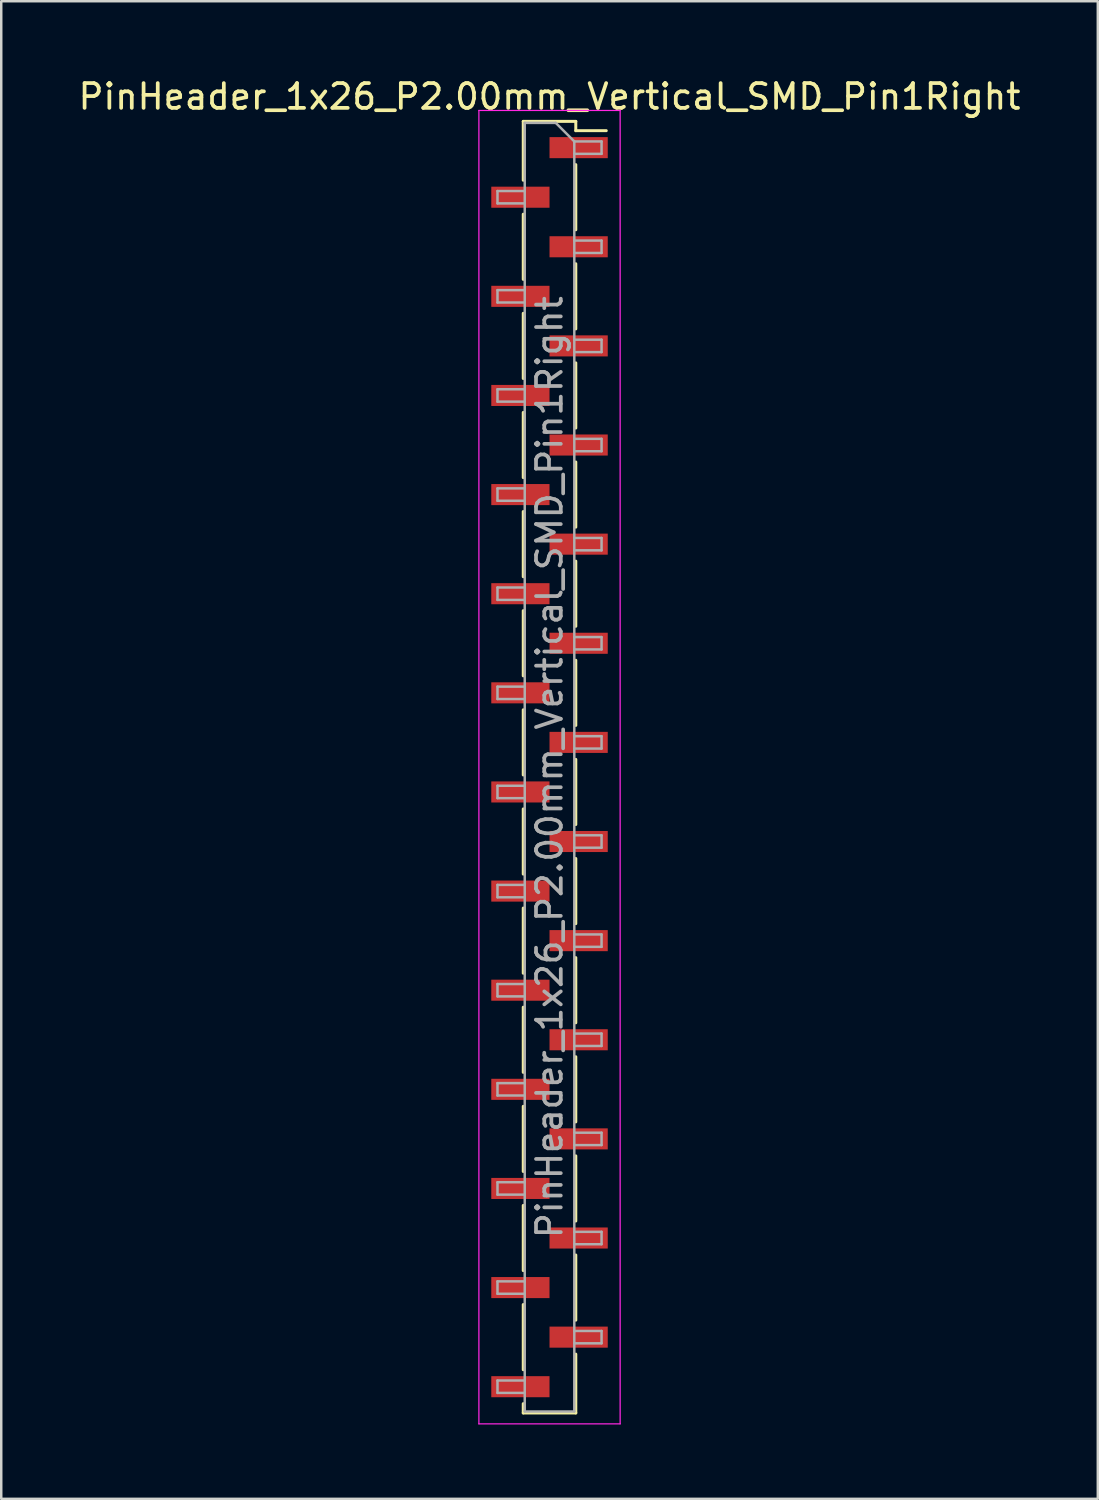
<source format=kicad_pcb>
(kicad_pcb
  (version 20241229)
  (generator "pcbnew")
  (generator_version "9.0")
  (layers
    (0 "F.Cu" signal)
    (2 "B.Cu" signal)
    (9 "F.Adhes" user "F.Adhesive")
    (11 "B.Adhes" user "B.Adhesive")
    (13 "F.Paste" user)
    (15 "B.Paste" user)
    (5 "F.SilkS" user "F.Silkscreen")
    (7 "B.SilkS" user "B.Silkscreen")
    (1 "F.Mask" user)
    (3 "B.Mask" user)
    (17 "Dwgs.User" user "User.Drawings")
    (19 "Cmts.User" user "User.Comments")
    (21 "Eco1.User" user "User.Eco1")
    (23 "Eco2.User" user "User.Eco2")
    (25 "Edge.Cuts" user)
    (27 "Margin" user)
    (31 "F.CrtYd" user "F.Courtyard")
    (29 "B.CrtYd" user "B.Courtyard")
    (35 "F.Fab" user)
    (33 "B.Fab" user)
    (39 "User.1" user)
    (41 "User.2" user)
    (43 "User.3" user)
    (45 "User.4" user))
  (footprint "PinHeader_1x26_P2.00mm_Vertical_SMD_Pin1Right"
    (layer "F.Cu")
    (at 19.125 27.908)
    (property "Reference" "PinHeader_1x26_P2.00mm_Vertical_SMD_Pin1Right" (at 0 -27.06 0) (layer "F.SilkS") (effects (font (size 1 1) (thickness 0.15))))
    (attr smd)
    (fp_line (start -1.06 -26.06) (end -1.06 -23.685) (stroke (width 0.12) (type solid)) (layer "F.SilkS"))
    (fp_line (start -1.06 -26.06) (end 1.06 -26.06) (stroke (width 0.12) (type solid)) (layer "F.SilkS"))
    (fp_line (start -1.06 -22.315) (end -1.06 -19.685) (stroke (width 0.12) (type solid)) (layer "F.SilkS"))
    (fp_line (start -1.06 -18.315) (end -1.06 -15.685) (stroke (width 0.12) (type solid)) (layer "F.SilkS"))
    (fp_line (start -1.06 -14.315) (end -1.06 -11.685) (stroke (width 0.12) (type solid)) (layer "F.SilkS"))
    (fp_line (start -1.06 -10.315) (end -1.06 -7.685) (stroke (width 0.12) (type solid)) (layer "F.SilkS"))
    (fp_line (start -1.06 -6.315) (end -1.06 -3.685) (stroke (width 0.12) (type solid)) (layer "F.SilkS"))
    (fp_line (start -1.06 -2.315) (end -1.06 0.315) (stroke (width 0.12) (type solid)) (layer "F.SilkS"))
    (fp_line (start -1.06 1.685) (end -1.06 4.315) (stroke (width 0.12) (type solid)) (layer "F.SilkS"))
    (fp_line (start -1.06 5.685) (end -1.06 8.315) (stroke (width 0.12) (type solid)) (layer "F.SilkS"))
    (fp_line (start -1.06 9.685) (end -1.06 12.315) (stroke (width 0.12) (type solid)) (layer "F.SilkS"))
    (fp_line (start -1.06 13.685) (end -1.06 16.315) (stroke (width 0.12) (type solid)) (layer "F.SilkS"))
    (fp_line (start -1.06 17.685) (end -1.06 20.315) (stroke (width 0.12) (type solid)) (layer "F.SilkS"))
    (fp_line (start -1.06 21.685) (end -1.06 24.315) (stroke (width 0.12) (type solid)) (layer "F.SilkS"))
    (fp_line (start -1.06 25.685) (end -1.06 26.06) (stroke (width 0.12) (type solid)) (layer "F.SilkS"))
    (fp_line (start -1.06 26.06) (end 1.06 26.06) (stroke (width 0.12) (type solid)) (layer "F.SilkS"))
    (fp_line (start 1.06 -26.06) (end 1.06 -25.685) (stroke (width 0.12) (type solid)) (layer "F.SilkS"))
    (fp_line (start 1.06 -25.685) (end 2.29 -25.685) (stroke (width 0.12) (type solid)) (layer "F.SilkS"))
    (fp_line (start 1.06 -24.315) (end 1.06 -21.685) (stroke (width 0.12) (type solid)) (layer "F.SilkS"))
    (fp_line (start 1.06 -20.315) (end 1.06 -17.685) (stroke (width 0.12) (type solid)) (layer "F.SilkS"))
    (fp_line (start 1.06 -16.315) (end 1.06 -13.685) (stroke (width 0.12) (type solid)) (layer "F.SilkS"))
    (fp_line (start 1.06 -12.315) (end 1.06 -9.685) (stroke (width 0.12) (type solid)) (layer "F.SilkS"))
    (fp_line (start 1.06 -8.315) (end 1.06 -5.685) (stroke (width 0.12) (type solid)) (layer "F.SilkS"))
    (fp_line (start 1.06 -4.315) (end 1.06 -1.685) (stroke (width 0.12) (type solid)) (layer "F.SilkS"))
    (fp_line (start 1.06 -0.315) (end 1.06 2.315) (stroke (width 0.12) (type solid)) (layer "F.SilkS"))
    (fp_line (start 1.06 3.685) (end 1.06 6.315) (stroke (width 0.12) (type solid)) (layer "F.SilkS"))
    (fp_line (start 1.06 7.685) (end 1.06 10.315) (stroke (width 0.12) (type solid)) (layer "F.SilkS"))
    (fp_line (start 1.06 11.685) (end 1.06 14.315) (stroke (width 0.12) (type solid)) (layer "F.SilkS"))
    (fp_line (start 1.06 15.685) (end 1.06 18.315) (stroke (width 0.12) (type solid)) (layer "F.SilkS"))
    (fp_line (start 1.06 19.685) (end 1.06 22.315) (stroke (width 0.12) (type solid)) (layer "F.SilkS"))
    (fp_line (start 1.06 23.685) (end 1.06 26.06) (stroke (width 0.12) (type solid)) (layer "F.SilkS"))
    (fp_line (start -2.85 -26.5) (end -2.85 26.5) (stroke (width 0.05) (type solid)) (layer "F.CrtYd"))
    (fp_line (start -2.85 26.5) (end 2.85 26.5) (stroke (width 0.05) (type solid)) (layer "F.CrtYd"))
    (fp_line (start 2.85 -26.5) (end -2.85 -26.5) (stroke (width 0.05) (type solid)) (layer "F.CrtYd"))
    (fp_line (start 2.85 26.5) (end 2.85 -26.5) (stroke (width 0.05) (type solid)) (layer "F.CrtYd"))
    (fp_line (start -2.1 -23.25) (end -2.1 -22.75) (stroke (width 0.1) (type solid)) (layer "F.Fab"))
    (fp_line (start -2.1 -22.75) (end -1 -22.75) (stroke (width 0.1) (type solid)) (layer "F.Fab"))
    (fp_line (start -2.1 -19.25) (end -2.1 -18.75) (stroke (width 0.1) (type solid)) (layer "F.Fab"))
    (fp_line (start -2.1 -18.75) (end -1 -18.75) (stroke (width 0.1) (type solid)) (layer "F.Fab"))
    (fp_line (start -2.1 -15.25) (end -2.1 -14.75) (stroke (width 0.1) (type solid)) (layer "F.Fab"))
    (fp_line (start -2.1 -14.75) (end -1 -14.75) (stroke (width 0.1) (type solid)) (layer "F.Fab"))
    (fp_line (start -2.1 -11.25) (end -2.1 -10.75) (stroke (width 0.1) (type solid)) (layer "F.Fab"))
    (fp_line (start -2.1 -10.75) (end -1 -10.75) (stroke (width 0.1) (type solid)) (layer "F.Fab"))
    (fp_line (start -2.1 -7.25) (end -2.1 -6.75) (stroke (width 0.1) (type solid)) (layer "F.Fab"))
    (fp_line (start -2.1 -6.75) (end -1 -6.75) (stroke (width 0.1) (type solid)) (layer "F.Fab"))
    (fp_line (start -2.1 -3.25) (end -2.1 -2.75) (stroke (width 0.1) (type solid)) (layer "F.Fab"))
    (fp_line (start -2.1 -2.75) (end -1 -2.75) (stroke (width 0.1) (type solid)) (layer "F.Fab"))
    (fp_line (start -2.1 0.75) (end -2.1 1.25) (stroke (width 0.1) (type solid)) (layer "F.Fab"))
    (fp_line (start -2.1 1.25) (end -1 1.25) (stroke (width 0.1) (type solid)) (layer "F.Fab"))
    (fp_line (start -2.1 4.75) (end -2.1 5.25) (stroke (width 0.1) (type solid)) (layer "F.Fab"))
    (fp_line (start -2.1 5.25) (end -1 5.25) (stroke (width 0.1) (type solid)) (layer "F.Fab"))
    (fp_line (start -2.1 8.75) (end -2.1 9.25) (stroke (width 0.1) (type solid)) (layer "F.Fab"))
    (fp_line (start -2.1 9.25) (end -1 9.25) (stroke (width 0.1) (type solid)) (layer "F.Fab"))
    (fp_line (start -2.1 12.75) (end -2.1 13.25) (stroke (width 0.1) (type solid)) (layer "F.Fab"))
    (fp_line (start -2.1 13.25) (end -1 13.25) (stroke (width 0.1) (type solid)) (layer "F.Fab"))
    (fp_line (start -2.1 16.75) (end -2.1 17.25) (stroke (width 0.1) (type solid)) (layer "F.Fab"))
    (fp_line (start -2.1 17.25) (end -1 17.25) (stroke (width 0.1) (type solid)) (layer "F.Fab"))
    (fp_line (start -2.1 20.75) (end -2.1 21.25) (stroke (width 0.1) (type solid)) (layer "F.Fab"))
    (fp_line (start -2.1 21.25) (end -1 21.25) (stroke (width 0.1) (type solid)) (layer "F.Fab"))
    (fp_line (start -2.1 24.75) (end -2.1 25.25) (stroke (width 0.1) (type solid)) (layer "F.Fab"))
    (fp_line (start -2.1 25.25) (end -1 25.25) (stroke (width 0.1) (type solid)) (layer "F.Fab"))
    (fp_line (start -1 -26) (end -1 26) (stroke (width 0.1) (type solid)) (layer "F.Fab"))
    (fp_line (start -1 -26) (end 0.25 -26) (stroke (width 0.1) (type solid)) (layer "F.Fab"))
    (fp_line (start -1 -23.25) (end -2.1 -23.25) (stroke (width 0.1) (type solid)) (layer "F.Fab"))
    (fp_line (start -1 -19.25) (end -2.1 -19.25) (stroke (width 0.1) (type solid)) (layer "F.Fab"))
    (fp_line (start -1 -15.25) (end -2.1 -15.25) (stroke (width 0.1) (type solid)) (layer "F.Fab"))
    (fp_line (start -1 -11.25) (end -2.1 -11.25) (stroke (width 0.1) (type solid)) (layer "F.Fab"))
    (fp_line (start -1 -7.25) (end -2.1 -7.25) (stroke (width 0.1) (type solid)) (layer "F.Fab"))
    (fp_line (start -1 -3.25) (end -2.1 -3.25) (stroke (width 0.1) (type solid)) (layer "F.Fab"))
    (fp_line (start -1 0.75) (end -2.1 0.75) (stroke (width 0.1) (type solid)) (layer "F.Fab"))
    (fp_line (start -1 4.75) (end -2.1 4.75) (stroke (width 0.1) (type solid)) (layer "F.Fab"))
    (fp_line (start -1 8.75) (end -2.1 8.75) (stroke (width 0.1) (type solid)) (layer "F.Fab"))
    (fp_line (start -1 12.75) (end -2.1 12.75) (stroke (width 0.1) (type solid)) (layer "F.Fab"))
    (fp_line (start -1 16.75) (end -2.1 16.75) (stroke (width 0.1) (type solid)) (layer "F.Fab"))
    (fp_line (start -1 20.75) (end -2.1 20.75) (stroke (width 0.1) (type solid)) (layer "F.Fab"))
    (fp_line (start -1 24.75) (end -2.1 24.75) (stroke (width 0.1) (type solid)) (layer "F.Fab"))
    (fp_line (start 1 -25.25) (end 0.25 -26) (stroke (width 0.1) (type solid)) (layer "F.Fab"))
    (fp_line (start 1 -25.25) (end 2.1 -25.25) (stroke (width 0.1) (type solid)) (layer "F.Fab"))
    (fp_line (start 1 -21.25) (end 2.1 -21.25) (stroke (width 0.1) (type solid)) (layer "F.Fab"))
    (fp_line (start 1 -17.25) (end 2.1 -17.25) (stroke (width 0.1) (type solid)) (layer "F.Fab"))
    (fp_line (start 1 -13.25) (end 2.1 -13.25) (stroke (width 0.1) (type solid)) (layer "F.Fab"))
    (fp_line (start 1 -9.25) (end 2.1 -9.25) (stroke (width 0.1) (type solid)) (layer "F.Fab"))
    (fp_line (start 1 -5.25) (end 2.1 -5.25) (stroke (width 0.1) (type solid)) (layer "F.Fab"))
    (fp_line (start 1 -1.25) (end 2.1 -1.25) (stroke (width 0.1) (type solid)) (layer "F.Fab"))
    (fp_line (start 1 2.75) (end 2.1 2.75) (stroke (width 0.1) (type solid)) (layer "F.Fab"))
    (fp_line (start 1 6.75) (end 2.1 6.75) (stroke (width 0.1) (type solid)) (layer "F.Fab"))
    (fp_line (start 1 10.75) (end 2.1 10.75) (stroke (width 0.1) (type solid)) (layer "F.Fab"))
    (fp_line (start 1 14.75) (end 2.1 14.75) (stroke (width 0.1) (type solid)) (layer "F.Fab"))
    (fp_line (start 1 18.75) (end 2.1 18.75) (stroke (width 0.1) (type solid)) (layer "F.Fab"))
    (fp_line (start 1 22.75) (end 2.1 22.75) (stroke (width 0.1) (type solid)) (layer "F.Fab"))
    (fp_line (start 1 26) (end -1 26) (stroke (width 0.1) (type solid)) (layer "F.Fab"))
    (fp_line (start 1 26) (end 1 -25.25) (stroke (width 0.1) (type solid)) (layer "F.Fab"))
    (fp_line (start 2.1 -25.25) (end 2.1 -24.75) (stroke (width 0.1) (type solid)) (layer "F.Fab"))
    (fp_line (start 2.1 -24.75) (end 1 -24.75) (stroke (width 0.1) (type solid)) (layer "F.Fab"))
    (fp_line (start 2.1 -21.25) (end 2.1 -20.75) (stroke (width 0.1) (type solid)) (layer "F.Fab"))
    (fp_line (start 2.1 -20.75) (end 1 -20.75) (stroke (width 0.1) (type solid)) (layer "F.Fab"))
    (fp_line (start 2.1 -17.25) (end 2.1 -16.75) (stroke (width 0.1) (type solid)) (layer "F.Fab"))
    (fp_line (start 2.1 -16.75) (end 1 -16.75) (stroke (width 0.1) (type solid)) (layer "F.Fab"))
    (fp_line (start 2.1 -13.25) (end 2.1 -12.75) (stroke (width 0.1) (type solid)) (layer "F.Fab"))
    (fp_line (start 2.1 -12.75) (end 1 -12.75) (stroke (width 0.1) (type solid)) (layer "F.Fab"))
    (fp_line (start 2.1 -9.25) (end 2.1 -8.75) (stroke (width 0.1) (type solid)) (layer "F.Fab"))
    (fp_line (start 2.1 -8.75) (end 1 -8.75) (stroke (width 0.1) (type solid)) (layer "F.Fab"))
    (fp_line (start 2.1 -5.25) (end 2.1 -4.75) (stroke (width 0.1) (type solid)) (layer "F.Fab"))
    (fp_line (start 2.1 -4.75) (end 1 -4.75) (stroke (width 0.1) (type solid)) (layer "F.Fab"))
    (fp_line (start 2.1 -1.25) (end 2.1 -0.75) (stroke (width 0.1) (type solid)) (layer "F.Fab"))
    (fp_line (start 2.1 -0.75) (end 1 -0.75) (stroke (width 0.1) (type solid)) (layer "F.Fab"))
    (fp_line (start 2.1 2.75) (end 2.1 3.25) (stroke (width 0.1) (type solid)) (layer "F.Fab"))
    (fp_line (start 2.1 3.25) (end 1 3.25) (stroke (width 0.1) (type solid)) (layer "F.Fab"))
    (fp_line (start 2.1 6.75) (end 2.1 7.25) (stroke (width 0.1) (type solid)) (layer "F.Fab"))
    (fp_line (start 2.1 7.25) (end 1 7.25) (stroke (width 0.1) (type solid)) (layer "F.Fab"))
    (fp_line (start 2.1 10.75) (end 2.1 11.25) (stroke (width 0.1) (type solid)) (layer "F.Fab"))
    (fp_line (start 2.1 11.25) (end 1 11.25) (stroke (width 0.1) (type solid)) (layer "F.Fab"))
    (fp_line (start 2.1 14.75) (end 2.1 15.25) (stroke (width 0.1) (type solid)) (layer "F.Fab"))
    (fp_line (start 2.1 15.25) (end 1 15.25) (stroke (width 0.1) (type solid)) (layer "F.Fab"))
    (fp_line (start 2.1 18.75) (end 2.1 19.25) (stroke (width 0.1) (type solid)) (layer "F.Fab"))
    (fp_line (start 2.1 19.25) (end 1 19.25) (stroke (width 0.1) (type solid)) (layer "F.Fab"))
    (fp_line (start 2.1 22.75) (end 2.1 23.25) (stroke (width 0.1) (type solid)) (layer "F.Fab"))
    (fp_line (start 2.1 23.25) (end 1 23.25) (stroke (width 0.1) (type solid)) (layer "F.Fab"))
    (fp_text user "${REFERENCE}" (at 0 0 90) (layer "F.Fab") (effects (font (size 1 1) (thickness 0.15))))
    (pad "1" smd rect (at 1.175 -25) (size 2.35 0.85) (layers "F.Cu" "F.Mask" "F.Paste"))
    (pad "2" smd rect (at -1.175 -23) (size 2.35 0.85) (layers "F.Cu" "F.Mask" "F.Paste"))
    (pad "3" smd rect (at 1.175 -21) (size 2.35 0.85) (layers "F.Cu" "F.Mask" "F.Paste"))
    (pad "4" smd rect (at -1.175 -19) (size 2.35 0.85) (layers "F.Cu" "F.Mask" "F.Paste"))
    (pad "5" smd rect (at 1.175 -17) (size 2.35 0.85) (layers "F.Cu" "F.Mask" "F.Paste"))
    (pad "6" smd rect (at -1.175 -15) (size 2.35 0.85) (layers "F.Cu" "F.Mask" "F.Paste"))
    (pad "7" smd rect (at 1.175 -13) (size 2.35 0.85) (layers "F.Cu" "F.Mask" "F.Paste"))
    (pad "8" smd rect (at -1.175 -11) (size 2.35 0.85) (layers "F.Cu" "F.Mask" "F.Paste"))
    (pad "9" smd rect (at 1.175 -9) (size 2.35 0.85) (layers "F.Cu" "F.Mask" "F.Paste"))
    (pad "10" smd rect (at -1.175 -7) (size 2.35 0.85) (layers "F.Cu" "F.Mask" "F.Paste"))
    (pad "11" smd rect (at 1.175 -5) (size 2.35 0.85) (layers "F.Cu" "F.Mask" "F.Paste"))
    (pad "12" smd rect (at -1.175 -3) (size 2.35 0.85) (layers "F.Cu" "F.Mask" "F.Paste"))
    (pad "13" smd rect (at 1.175 -1) (size 2.35 0.85) (layers "F.Cu" "F.Mask" "F.Paste"))
    (pad "14" smd rect (at -1.175 1) (size 2.35 0.85) (layers "F.Cu" "F.Mask" "F.Paste"))
    (pad "15" smd rect (at 1.175 3) (size 2.35 0.85) (layers "F.Cu" "F.Mask" "F.Paste"))
    (pad "16" smd rect (at -1.175 5) (size 2.35 0.85) (layers "F.Cu" "F.Mask" "F.Paste"))
    (pad "17" smd rect (at 1.175 7) (size 2.35 0.85) (layers "F.Cu" "F.Mask" "F.Paste"))
    (pad "18" smd rect (at -1.175 9) (size 2.35 0.85) (layers "F.Cu" "F.Mask" "F.Paste"))
    (pad "19" smd rect (at 1.175 11) (size 2.35 0.85) (layers "F.Cu" "F.Mask" "F.Paste"))
    (pad "20" smd rect (at -1.175 13) (size 2.35 0.85) (layers "F.Cu" "F.Mask" "F.Paste"))
    (pad "21" smd rect (at 1.175 15) (size 2.35 0.85) (layers "F.Cu" "F.Mask" "F.Paste"))
    (pad "22" smd rect (at -1.175 17) (size 2.35 0.85) (layers "F.Cu" "F.Mask" "F.Paste"))
    (pad "23" smd rect (at 1.175 19) (size 2.35 0.85) (layers "F.Cu" "F.Mask" "F.Paste"))
    (pad "24" smd rect (at -1.175 21) (size 2.35 0.85) (layers "F.Cu" "F.Mask" "F.Paste"))
    (pad "25" smd rect (at 1.175 23) (size 2.35 0.85) (layers "F.Cu" "F.Mask" "F.Paste"))
    (pad "26" smd rect (at -1.175 25) (size 2.35 0.85) (layers "F.Cu" "F.Mask" "F.Paste")))
  (gr_rect
    (start -3 -3)
    (end 41.25 57.433)
    (stroke (width 0.1) (type default))
    (fill no)
    (layer "Edge.Cuts")))
</source>
